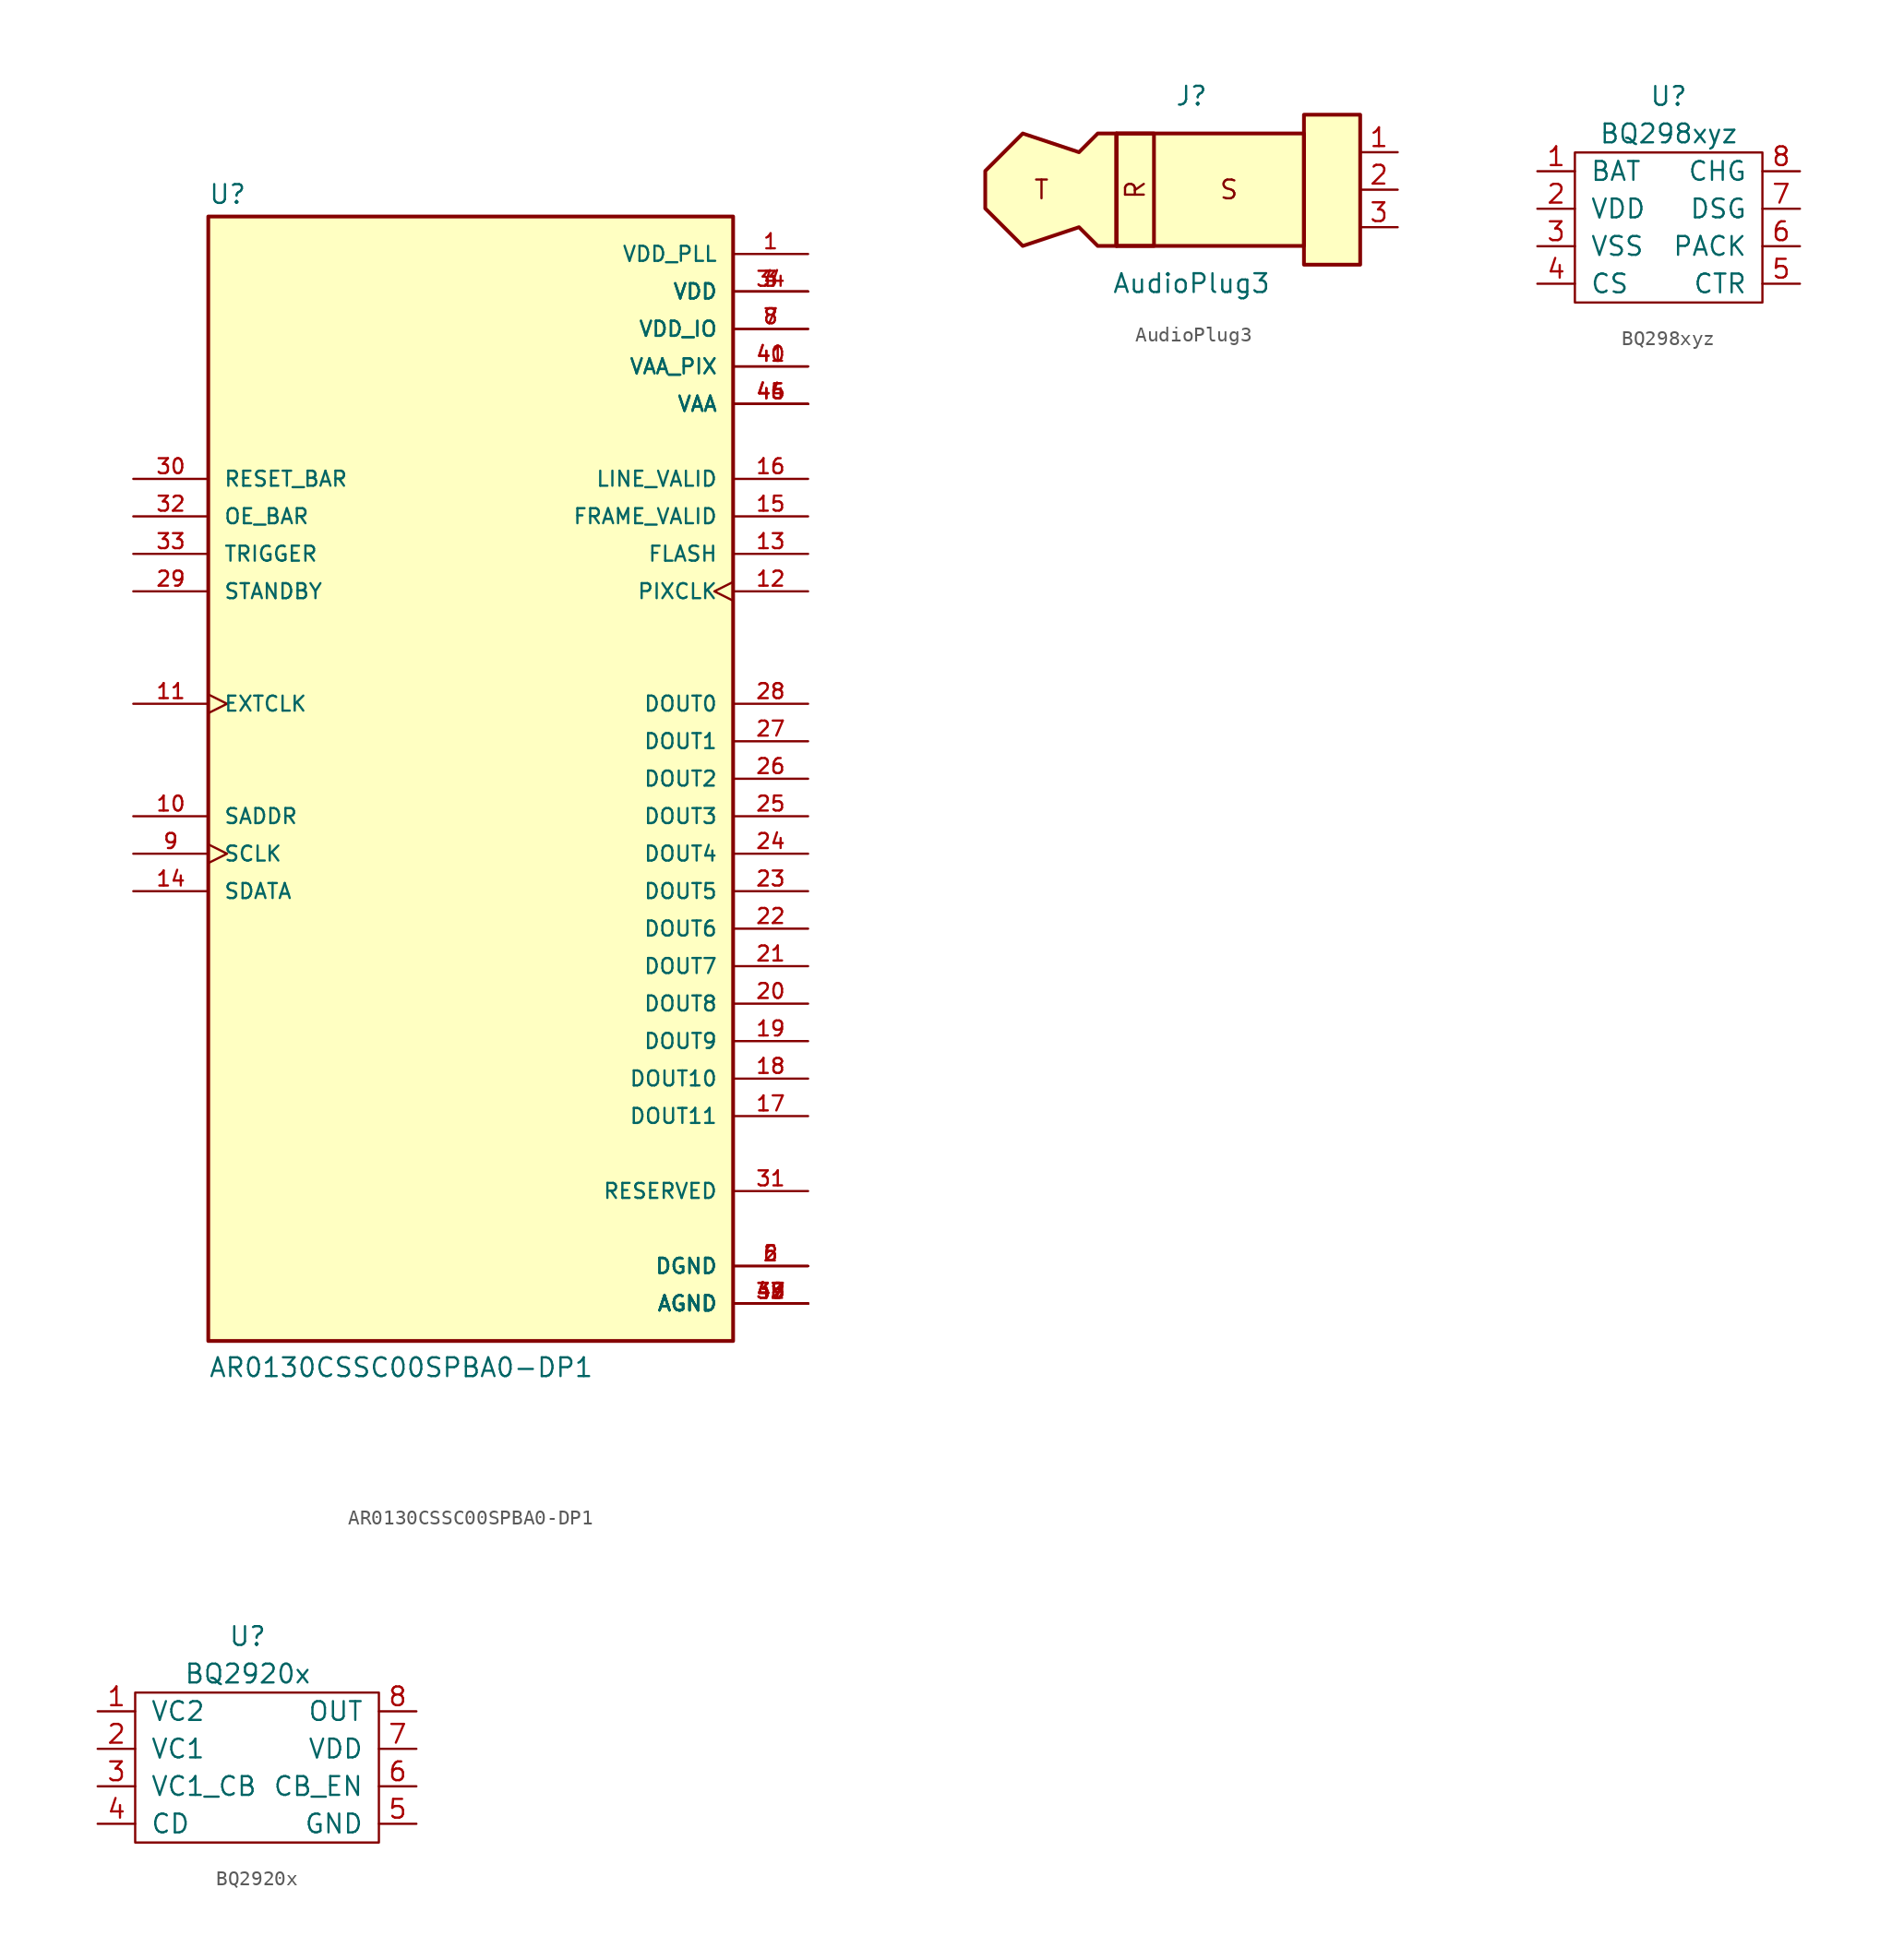
<source format=kicad_sym>
(kicad_symbol_lib
  (version 20211014)
  (generator kicad_symbol_editor)
  (symbol "AR0130CSSC00SPBA0-DP1"
    (pin_names
      (offset 1.016))
    (property "Reference" "U"
      (at -17.78 38.862 0)
      (effects (font (size 1.27 1.27)) (justify left bottom)))
    (property "Value" "AR0130CSSC00SPBA0-DP1"
      (at -17.78 -40.64 0)
      (effects (font (size 1.27 1.27)) (justify left bottom)))
    (property "ki_locked" ""
      (at 0 0 0)
      (effects (font (size 1.27 1.27))))
    (symbol "AR0130CSSC00SPBA0-DP1_0_0"
      (rectangle (start -17.78 -38.1) (end 17.78 38.1) (stroke (width 0.254) (type default) (color 0 0 0 0)) (fill (type background)))
      (pin power_in line (at 22.86 35.56 180) (length 5.08) (name "VDD_PLL" (effects (font (size 1.016 1.016)))) (number "1" (effects (font (size 1.016 1.016)))))
      (pin input line (at -22.86 -2.54 0) (length 5.08) (name "SADDR" (effects (font (size 1.016 1.016)))) (number "10" (effects (font (size 1.016 1.016)))))
      (pin input clock (at -22.86 5.08 0) (length 5.08) (name "EXTCLK" (effects (font (size 1.016 1.016)))) (number "11" (effects (font (size 1.016 1.016)))))
      (pin output clock (at 22.86 12.7 180) (length 5.08) (name "PIXCLK" (effects (font (size 1.016 1.016)))) (number "12" (effects (font (size 1.016 1.016)))))
      (pin output line (at 22.86 15.24 180) (length 5.08) (name "FLASH" (effects (font (size 1.016 1.016)))) (number "13" (effects (font (size 1.016 1.016)))))
      (pin bidirectional line (at -22.86 -7.62 0) (length 5.08) (name "SDATA" (effects (font (size 1.016 1.016)))) (number "14" (effects (font (size 1.016 1.016)))))
      (pin output line (at 22.86 17.78 180) (length 5.08) (name "FRAME_VALID" (effects (font (size 1.016 1.016)))) (number "15" (effects (font (size 1.016 1.016)))))
      (pin output line (at 22.86 20.32 180) (length 5.08) (name "LINE_VALID" (effects (font (size 1.016 1.016)))) (number "16" (effects (font (size 1.016 1.016)))))
      (pin output line (at 22.86 -22.86 180) (length 5.08) (name "DOUT11" (effects (font (size 1.016 1.016)))) (number "17" (effects (font (size 1.016 1.016)))))
      (pin output line (at 22.86 -20.32 180) (length 5.08) (name "DOUT10" (effects (font (size 1.016 1.016)))) (number "18" (effects (font (size 1.016 1.016)))))
      (pin output line (at 22.86 -17.78 180) (length 5.08) (name "DOUT9" (effects (font (size 1.016 1.016)))) (number "19" (effects (font (size 1.016 1.016)))))
      (pin power_in line (at 22.86 -33.02 180) (length 5.08) (name "DGND" (effects (font (size 1.016 1.016)))) (number "2" (effects (font (size 1.016 1.016)))))
      (pin output line (at 22.86 -15.24 180) (length 5.08) (name "DOUT8" (effects (font (size 1.016 1.016)))) (number "20" (effects (font (size 1.016 1.016)))))
      (pin output line (at 22.86 -12.7 180) (length 5.08) (name "DOUT7" (effects (font (size 1.016 1.016)))) (number "21" (effects (font (size 1.016 1.016)))))
      (pin output line (at 22.86 -10.16 180) (length 5.08) (name "DOUT6" (effects (font (size 1.016 1.016)))) (number "22" (effects (font (size 1.016 1.016)))))
      (pin output line (at 22.86 -7.62 180) (length 5.08) (name "DOUT5" (effects (font (size 1.016 1.016)))) (number "23" (effects (font (size 1.016 1.016)))))
      (pin output line (at 22.86 -5.08 180) (length 5.08) (name "DOUT4" (effects (font (size 1.016 1.016)))) (number "24" (effects (font (size 1.016 1.016)))))
      (pin output line (at 22.86 -2.54 180) (length 5.08) (name "DOUT3" (effects (font (size 1.016 1.016)))) (number "25" (effects (font (size 1.016 1.016)))))
      (pin output line (at 22.86 0 180) (length 5.08) (name "DOUT2" (effects (font (size 1.016 1.016)))) (number "26" (effects (font (size 1.016 1.016)))))
      (pin output line (at 22.86 2.54 180) (length 5.08) (name "DOUT1" (effects (font (size 1.016 1.016)))) (number "27" (effects (font (size 1.016 1.016)))))
      (pin output line (at 22.86 5.08 180) (length 5.08) (name "DOUT0" (effects (font (size 1.016 1.016)))) (number "28" (effects (font (size 1.016 1.016)))))
      (pin input line (at -22.86 12.7 0) (length 5.08) (name "STANDBY" (effects (font (size 1.016 1.016)))) (number "29" (effects (font (size 1.016 1.016)))))
      (pin power_in line (at 22.86 33.02 180) (length 5.08) (name "VDD" (effects (font (size 1.016 1.016)))) (number "3" (effects (font (size 1.016 1.016)))))
      (pin input line (at -22.86 20.32 0) (length 5.08) (name "RESET_BAR" (effects (font (size 1.016 1.016)))) (number "30" (effects (font (size 1.016 1.016)))))
      (pin passive line (at 22.86 -27.94 180) (length 5.08) (name "RESERVED" (effects (font (size 1.016 1.016)))) (number "31" (effects (font (size 1.016 1.016)))))
      (pin input line (at -22.86 17.78 0) (length 5.08) (name "OE_BAR" (effects (font (size 1.016 1.016)))) (number "32" (effects (font (size 1.016 1.016)))))
      (pin input line (at -22.86 15.24 0) (length 5.08) (name "TRIGGER" (effects (font (size 1.016 1.016)))) (number "33" (effects (font (size 1.016 1.016)))))
      (pin power_in line (at 22.86 33.02 180) (length 5.08) (name "VDD" (effects (font (size 1.016 1.016)))) (number "34" (effects (font (size 1.016 1.016)))))
      (pin power_in line (at 22.86 -35.56 180) (length 5.08) (name "AGND" (effects (font (size 1.016 1.016)))) (number "38" (effects (font (size 1.016 1.016)))))
      (pin power_in line (at 22.86 -35.56 180) (length 5.08) (name "AGND" (effects (font (size 1.016 1.016)))) (number "39" (effects (font (size 1.016 1.016)))))
      (pin power_in line (at 22.86 33.02 180) (length 5.08) (name "VDD" (effects (font (size 1.016 1.016)))) (number "4" (effects (font (size 1.016 1.016)))))
      (pin power_in line (at 22.86 27.94 180) (length 5.08) (name "VAA_PIX" (effects (font (size 1.016 1.016)))) (number "40" (effects (font (size 1.016 1.016)))))
      (pin power_in line (at 22.86 27.94 180) (length 5.08) (name "VAA_PIX" (effects (font (size 1.016 1.016)))) (number "41" (effects (font (size 1.016 1.016)))))
      (pin power_in line (at 22.86 -35.56 180) (length 5.08) (name "AGND" (effects (font (size 1.016 1.016)))) (number "42" (effects (font (size 1.016 1.016)))))
      (pin power_in line (at 22.86 -35.56 180) (length 5.08) (name "AGND" (effects (font (size 1.016 1.016)))) (number "43" (effects (font (size 1.016 1.016)))))
      (pin power_in line (at 22.86 25.4 180) (length 5.08) (name "VAA" (effects (font (size 1.016 1.016)))) (number "44" (effects (font (size 1.016 1.016)))))
      (pin power_in line (at 22.86 25.4 180) (length 5.08) (name "VAA" (effects (font (size 1.016 1.016)))) (number "45" (effects (font (size 1.016 1.016)))))
      (pin power_in line (at 22.86 25.4 180) (length 5.08) (name "VAA" (effects (font (size 1.016 1.016)))) (number "46" (effects (font (size 1.016 1.016)))))
      (pin power_in line (at 22.86 -35.56 180) (length 5.08) (name "AGND" (effects (font (size 1.016 1.016)))) (number "47" (effects (font (size 1.016 1.016)))))
      (pin power_in line (at 22.86 -35.56 180) (length 5.08) (name "AGND" (effects (font (size 1.016 1.016)))) (number "48" (effects (font (size 1.016 1.016)))))
      (pin power_in line (at 22.86 -33.02 180) (length 5.08) (name "DGND" (effects (font (size 1.016 1.016)))) (number "5" (effects (font (size 1.016 1.016)))))
      (pin power_in line (at 22.86 -33.02 180) (length 5.08) (name "DGND" (effects (font (size 1.016 1.016)))) (number "6" (effects (font (size 1.016 1.016)))))
      (pin power_in line (at 22.86 30.48 180) (length 5.08) (name "VDD_IO" (effects (font (size 1.016 1.016)))) (number "7" (effects (font (size 1.016 1.016)))))
      (pin power_in line (at 22.86 30.48 180) (length 5.08) (name "VDD_IO" (effects (font (size 1.016 1.016)))) (number "8" (effects (font (size 1.016 1.016)))))
      (pin input clock (at -22.86 -5.08 0) (length 5.08) (name "SCLK" (effects (font (size 1.016 1.016)))) (number "9" (effects (font (size 1.016 1.016)))))))
  (symbol "AudioPlug3"
    (property "Reference" "J"
      (at 1.27 6.35 0)
      (effects (font (size 1.27 1.27))))
    (property "Value" "AudioPlug3"
      (at 1.27 -6.35 0)
      (effects (font (size 1.27 1.27))))
    (symbol "AudioPlug3_0_0"
      (text "R" (at -2.54 0 900) (effects (font (size 1.27 1.27)))))
    (symbol "AudioPlug3_0_1"
      (rectangle (start -3.81 3.81) (end -1.27 -3.81) (stroke (width 0.254) (type default) (color 0 0 0 0)) (fill (type none)))
      (rectangle (start -1.27 -1.27) (end -1.27 -1.27) (stroke (width 0) (type default) (color 0 0 0 0)) (fill (type none))))
    (symbol "AudioPlug3_1_0"
      (text "S" (at 3.81 0 0) (effects (font (size 1.27 1.27))))
      (text "T" (at -8.89 0 0) (effects (font (size 1.27 1.27)))))
    (symbol "AudioPlug3_1_1"
      (rectangle (start -3.81 3.81) (end 8.89 -3.81) (stroke (width 0.254) (type default) (color 0 0 0 0)) (fill (type background)))
      (polyline (pts (xy -3.81 3.81) (xy -5.08 3.81) (xy -6.35 2.54) (xy -10.16 3.81) (xy -12.7 1.27) (xy -12.7 -1.27) (xy -10.16 -3.81) (xy -6.35 -2.54) (xy -5.08 -3.81) (xy -3.81 -3.81) (xy -3.81 3.81)) (stroke (width 0.254) (type default) (color 0 0 0 0)) (fill (type background)))
      (rectangle (start 12.7 5.08) (end 8.89 -5.08) (stroke (width 0.254) (type default) (color 0 0 0 0)) (fill (type background)))
      (pin passive line (at 15.24 2.54 180) (length 2.54) (name "~" (effects (font (size 1.27 1.27)))) (number "1" (effects (font (size 1.27 1.27)))))
      (pin passive line (at 15.24 0 180) (length 2.54) (name "~" (effects (font (size 1.27 1.27)))) (number "2" (effects (font (size 1.27 1.27)))))
      (pin passive line (at 15.24 -2.54 180) (length 2.54) (name "~" (effects (font (size 1.27 1.27)))) (number "3" (effects (font (size 1.27 1.27)))))))
  (symbol "BQ298xyz"
    (pin_names
      (offset 1.016))
    (property "Reference" "U"
      (at 8.89 5.08 0)
      (effects (font (size 1.27 1.27))))
    (property "Value" "BQ298xyz"
      (at 8.89 2.54 0)
      (effects (font (size 1.27 1.27))))
    (symbol "BQ298xyz_0_1"
      (rectangle (start 2.54 -8.89) (end 15.24 1.27) (stroke (width 0) (type default) (color 0 0 0 0)) (fill (type none))))
    (symbol "BQ298xyz_1_1"
      (pin input line (at 0 0 0) (length 2.54) (name "BAT" (effects (font (size 1.27 1.27)))) (number "1" (effects (font (size 1.27 1.27)))))
      (pin input line (at 0 -2.54 0) (length 2.54) (name "VDD" (effects (font (size 1.27 1.27)))) (number "2" (effects (font (size 1.27 1.27)))))
      (pin input line (at 0 -5.08 0) (length 2.54) (name "VSS" (effects (font (size 1.27 1.27)))) (number "3" (effects (font (size 1.27 1.27)))))
      (pin input line (at 0 -7.62 0) (length 2.54) (name "CS" (effects (font (size 1.27 1.27)))) (number "4" (effects (font (size 1.27 1.27)))))
      (pin input line (at 17.78 -7.62 180) (length 2.54) (name "CTR" (effects (font (size 1.27 1.27)))) (number "5" (effects (font (size 1.27 1.27)))))
      (pin input line (at 17.78 -5.08 180) (length 2.54) (name "PACK" (effects (font (size 1.27 1.27)))) (number "6" (effects (font (size 1.27 1.27)))))
      (pin input line (at 17.78 -2.54 180) (length 2.54) (name "DSG" (effects (font (size 1.27 1.27)))) (number "7" (effects (font (size 1.27 1.27)))))
      (pin input line (at 17.78 0 180) (length 2.54) (name "CHG" (effects (font (size 1.27 1.27)))) (number "8" (effects (font (size 1.27 1.27)))))))
  (symbol "BQ2920x"
    (pin_names
      (offset 1.016))
    (property "Reference" "U"
      (at 10.16 5.08 0)
      (effects (font (size 1.27 1.27))))
    (property "Value" "BQ2920x"
      (at 10.16 2.54 0)
      (effects (font (size 1.27 1.27))))
    (symbol "BQ2920x_0_1"
      (rectangle (start 2.54 -8.89) (end 19.05 1.27) (stroke (width 0) (type default) (color 0 0 0 0)) (fill (type none))))
    (symbol "BQ2920x_1_1"
      (pin input line (at 0 0 0) (length 2.54) (name "VC2" (effects (font (size 1.27 1.27)))) (number "1" (effects (font (size 1.27 1.27)))))
      (pin input line (at 0 -2.54 0) (length 2.54) (name "VC1" (effects (font (size 1.27 1.27)))) (number "2" (effects (font (size 1.27 1.27)))))
      (pin input line (at 0 -5.08 0) (length 2.54) (name "VC1_CB" (effects (font (size 1.27 1.27)))) (number "3" (effects (font (size 1.27 1.27)))))
      (pin input line (at 0 -7.62 0) (length 2.54) (name "CD" (effects (font (size 1.27 1.27)))) (number "4" (effects (font (size 1.27 1.27)))))
      (pin input line (at 21.59 -7.62 180) (length 2.54) (name "GND" (effects (font (size 1.27 1.27)))) (number "5" (effects (font (size 1.27 1.27)))))
      (pin input line (at 21.59 -5.08 180) (length 2.54) (name "CB_EN" (effects (font (size 1.27 1.27)))) (number "6" (effects (font (size 1.27 1.27)))))
      (pin input line (at 21.59 -2.54 180) (length 2.54) (name "VDD" (effects (font (size 1.27 1.27)))) (number "7" (effects (font (size 1.27 1.27)))))
      (pin input line (at 21.59 0 180) (length 2.54) (name "OUT" (effects (font (size 1.27 1.27)))) (number "8" (effects (font (size 1.27 1.27))))))))
</source>
